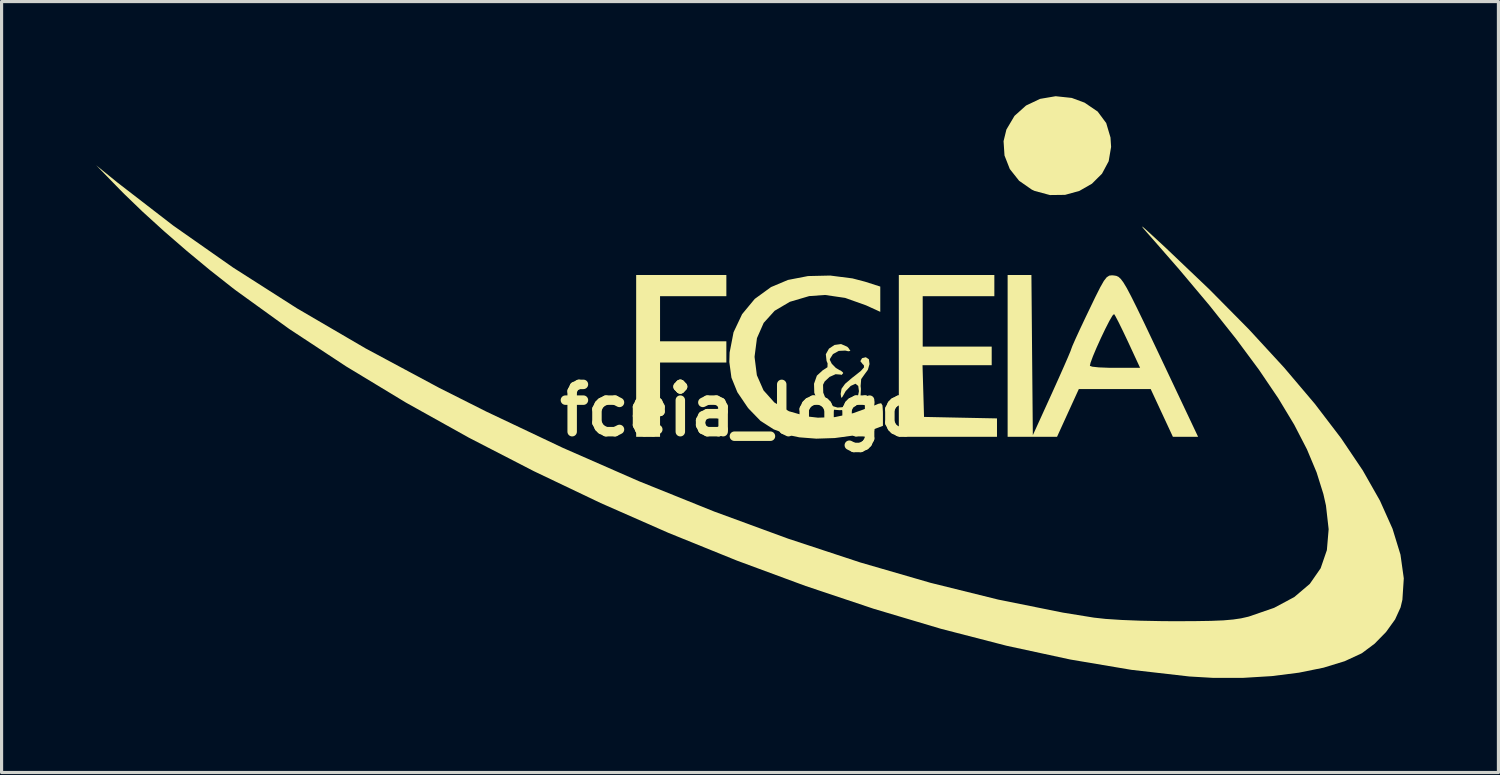
<source format=kicad_pcb>
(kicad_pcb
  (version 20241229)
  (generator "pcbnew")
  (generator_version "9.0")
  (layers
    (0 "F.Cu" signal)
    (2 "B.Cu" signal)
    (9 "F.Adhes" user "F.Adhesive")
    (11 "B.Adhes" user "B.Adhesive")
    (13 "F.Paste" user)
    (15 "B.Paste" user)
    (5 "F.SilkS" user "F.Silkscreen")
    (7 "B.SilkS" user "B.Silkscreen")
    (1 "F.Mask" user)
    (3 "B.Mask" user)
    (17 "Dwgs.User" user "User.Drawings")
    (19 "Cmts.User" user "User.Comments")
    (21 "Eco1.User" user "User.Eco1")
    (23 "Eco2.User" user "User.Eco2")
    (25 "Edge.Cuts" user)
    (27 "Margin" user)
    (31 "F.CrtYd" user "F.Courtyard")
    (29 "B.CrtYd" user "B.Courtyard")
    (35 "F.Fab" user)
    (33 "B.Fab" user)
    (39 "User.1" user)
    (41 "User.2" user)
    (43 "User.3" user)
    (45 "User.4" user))
  (footprint "fceia_logo"
    (layer "F.Cu")
    (at 20.48 9.956)
    (property "Reference" "fceia_logo" (at 0 0 0) (layer "F.SilkS") (effects (font (size 1.5 1.5) (thickness 0.3))))
    (attr board_only exclude_from_pos_files exclude_from_bom)
    (fp_poly (pts (xy -0.505 -3.953) (xy -0.505 -3.617) (xy -1.556 -3.617) (xy -2.607 -3.617) (xy -2.607 -2.902) (xy -2.607 -2.187) (xy -1.556 -2.187) (xy -0.505 -2.187) (xy -0.505 -1.85) (xy -0.505 -1.514) (xy -1.556 -1.514) (xy -2.607 -1.514) (xy -2.607 -0.336) (xy -2.607 0.841) (xy -2.986 0.841) (xy -3.364 0.841) (xy -3.364 -1.724) (xy -3.364 -4.289) (xy -1.934 -4.289) (xy -0.505 -4.289)) (stroke (width 0) (type solid)) (fill yes) (layer "F.SilkS"))
    (fp_poly (pts (xy 10.444 -9.902) (xy 10.85 -9.752) (xy 11.265 -9.47) (xy 11.536 -9.105) (xy 11.672 -8.647) (xy 11.691 -8.349) (xy 11.614 -7.895) (xy 11.403 -7.501) (xy 11.084 -7.183) (xy 10.685 -6.954) (xy 10.232 -6.829) (xy 9.752 -6.823) (xy 9.273 -6.951) (xy 9.179 -6.994) (xy 8.774 -7.276) (xy 8.48 -7.648) (xy 8.312 -8.077) (xy 8.282 -8.531) (xy 8.372 -8.899) (xy 8.629 -9.333) (xy 8.995 -9.661) (xy 9.44 -9.872) (xy 9.933 -9.956)) (stroke (width 0) (type solid)) (fill yes) (layer "F.SilkS"))
    (fp_poly (pts (xy 7.99 -3.953) (xy 7.99 -3.617) (xy 6.855 -3.617) (xy 5.719 -3.617) (xy 5.719 -2.818) (xy 5.719 -2.019) (xy 6.813 -2.019) (xy 7.906 -2.019) (xy 7.906 -1.724) (xy 7.906 -1.43) (xy 6.81 -1.43) (xy 5.713 -1.43) (xy 5.737 -0.61) (xy 5.761 0.21) (xy 6.918 0.234) (xy 8.074 0.257) (xy 8.074 0.549) (xy 8.074 0.841) (xy 6.518 0.841) (xy 4.962 0.841) (xy 4.962 -1.724) (xy 4.962 -4.289) (xy 6.476 -4.289) (xy 7.99 -4.289)) (stroke (width 0) (type solid)) (fill yes) (layer "F.SilkS"))
    (fp_poly (pts (xy 3.492 -4.181) (xy 3.89 -4.077) (xy 4.374 -3.922) (xy 4.374 -3.522) (xy 4.374 -3.121) (xy 3.923 -3.327) (xy 3.26 -3.563) (xy 2.623 -3.656) (xy 2.121 -3.62) (xy 1.508 -3.439) (xy 1.026 -3.155) (xy 0.678 -2.771) (xy 0.465 -2.287) (xy 0.39 -1.708) (xy 0.39 -1.682) (xy 0.462 -1.112) (xy 0.673 -0.632) (xy 1.015 -0.249) (xy 1.479 0.03) (xy 2.058 0.195) (xy 2.397 0.234) (xy 2.934 0.216) (xy 3.517 0.091) (xy 4.176 -0.148) (xy 4.31 -0.205) (xy 4.401 -0.224) (xy 4.444 -0.152) (xy 4.457 0.046) (xy 4.458 0.111) (xy 4.458 0.493) (xy 3.974 0.674) (xy 3.494 0.804) (xy 2.929 0.88) (xy 2.345 0.899) (xy 1.807 0.857) (xy 1.521 0.797) (xy 0.997 0.605) (xy 0.579 0.337) (xy 0.207 -0.046) (xy 0.169 -0.093) (xy -0.156 -0.573) (xy -0.344 -1.035) (xy -0.411 -1.53) (xy -0.402 -1.829) (xy -0.277 -2.474) (xy -0.006 -3.047) (xy 0.395 -3.531) (xy 0.911 -3.906) (xy 1.447 -4.132) (xy 2.084 -4.255) (xy 2.787 -4.271)) (stroke (width 0) (type solid)) (fill yes) (layer "F.SilkS"))
    (fp_poly (pts (xy 9.187 -1.75) (xy 9.21 0.79) (xy 9.82 -0.551) (xy 10.018 -0.99) (xy 10.189 -1.375) (xy 10.204 -1.409) (xy 11.018 -1.409) (xy 11.096 -1.382) (xy 11.305 -1.36) (xy 11.61 -1.348) (xy 11.814 -1.346) (xy 12.61 -1.346) (xy 12.23 -2.166) (xy 12.068 -2.508) (xy 11.928 -2.793) (xy 11.826 -2.987) (xy 11.785 -3.051) (xy 11.734 -3.001) (xy 11.636 -2.833) (xy 11.508 -2.583) (xy 11.367 -2.288) (xy 11.23 -1.985) (xy 11.115 -1.712) (xy 11.039 -1.504) (xy 11.018 -1.409) (xy 10.204 -1.409) (xy 10.322 -1.68) (xy 10.406 -1.88) (xy 10.43 -1.949) (xy 10.464 -2.04) (xy 10.559 -2.256) (xy 10.702 -2.567) (xy 10.881 -2.946) (xy 10.98 -3.152) (xy 11.191 -3.591) (xy 11.347 -3.9) (xy 11.462 -4.102) (xy 11.552 -4.217) (xy 11.633 -4.269) (xy 11.721 -4.279) (xy 11.786 -4.273) (xy 11.858 -4.261) (xy 11.925 -4.23) (xy 11.997 -4.165) (xy 12.082 -4.051) (xy 12.19 -3.871) (xy 12.327 -3.611) (xy 12.504 -3.256) (xy 12.73 -2.79) (xy 13.011 -2.198) (xy 13.246 -1.703) (xy 14.449 0.841) (xy 14.049 0.841) (xy 13.65 0.841) (xy 13.298 0.084) (xy 12.946 -0.673) (xy 11.807 -0.673) (xy 10.668 -0.673) (xy 10.322 0.084) (xy 9.977 0.841) (xy 9.194 0.841) (xy 8.411 0.841) (xy 8.411 -1.724) (xy 8.411 -4.289) (xy 8.788 -4.289) (xy 9.165 -4.289)) (stroke (width 0) (type solid)) (fill yes) (layer "F.SilkS"))
    (fp_poly (pts (xy 3.326 -2.015) (xy 3.369 -1.971) (xy 3.427 -1.882) (xy 3.361 -1.871) (xy 3.265 -1.893) (xy 3.059 -1.883) (xy 2.874 -1.781) (xy 2.778 -1.628) (xy 2.775 -1.598) (xy 2.836 -1.476) (xy 2.968 -1.341) (xy 3.1 -1.264) (xy 3.118 -1.262) (xy 3.193 -1.197) (xy 3.196 -1.173) (xy 3.146 -1.12) (xy 3.119 -1.131) (xy 2.959 -1.144) (xy 2.768 -1.059) (xy 2.611 -0.913) (xy 2.56 -0.81) (xy 2.566 -0.56) (xy 2.669 -0.303) (xy 2.809 -0.148) (xy 3.021 -0.087) (xy 3.284 -0.105) (xy 3.509 -0.193) (xy 3.561 -0.238) (xy 3.659 -0.41) (xy 3.698 -0.607) (xy 3.676 -0.771) (xy 3.59 -0.841) (xy 3.588 -0.841) (xy 3.437 -0.773) (xy 3.278 -0.609) (xy 3.172 -0.421) (xy 3.137 -0.395) (xy 3.119 -0.517) (xy 3.119 -0.524) (xy 3.146 -0.683) (xy 3.259 -0.84) (xy 3.486 -1.033) (xy 3.532 -1.067) (xy 3.759 -1.248) (xy 3.86 -1.362) (xy 3.852 -1.433) (xy 3.825 -1.453) (xy 3.742 -1.557) (xy 3.796 -1.652) (xy 3.916 -1.682) (xy 4.013 -1.618) (xy 4.033 -1.465) (xy 3.98 -1.282) (xy 3.878 -1.143) (xy 3.769 -0.989) (xy 3.751 -0.77) (xy 3.761 -0.677) (xy 3.743 -0.356) (xy 3.591 -0.135) (xy 3.31 -0.019) (xy 3.091 -0.003) (xy 2.83 -0.024) (xy 2.623 -0.074) (xy 2.586 -0.091) (xy 2.386 -0.287) (xy 2.282 -0.555) (xy 2.274 -0.842) (xy 2.364 -1.098) (xy 2.553 -1.271) (xy 2.562 -1.275) (xy 2.7 -1.365) (xy 2.704 -1.487) (xy 2.671 -1.566) (xy 2.648 -1.777) (xy 2.747 -1.954) (xy 2.923 -2.071) (xy 3.131 -2.1)) (stroke (width 0) (type solid)) (fill yes) (layer "F.SilkS"))
    (fp_poly (pts (xy -19.807 -7.22) (xy -18.04 -5.856) (xy -16.146 -4.528) (xy -14.114 -3.231) (xy -11.937 -1.96) (xy -9.606 -0.71) (xy -8.116 0.04) (xy -5.689 1.19) (xy -3.276 2.248) (xy -0.891 3.209) (xy 1.453 4.069) (xy 3.743 4.824) (xy 5.967 5.469) (xy 8.111 6) (xy 10.162 6.413) (xy 11.144 6.572) (xy 11.516 6.613) (xy 12.022 6.646) (xy 12.626 6.67) (xy 13.295 6.683) (xy 13.709 6.686) (xy 14.354 6.683) (xy 14.859 6.675) (xy 15.251 6.659) (xy 15.559 6.632) (xy 15.811 6.595) (xy 16.035 6.544) (xy 16.064 6.536) (xy 16.858 6.262) (xy 17.499 5.919) (xy 17.99 5.502) (xy 18.333 5.008) (xy 18.531 4.432) (xy 18.587 3.77) (xy 18.502 3.019) (xy 18.42 2.654) (xy 18.205 1.967) (xy 17.899 1.237) (xy 17.496 0.457) (xy 16.991 -0.38) (xy 16.379 -1.284) (xy 15.654 -2.262) (xy 14.812 -3.321) (xy 13.846 -4.47) (xy 13.037 -5.397) (xy 12.831 -5.63) (xy 12.705 -5.776) (xy 12.668 -5.83) (xy 12.727 -5.788) (xy 12.889 -5.643) (xy 13.161 -5.392) (xy 13.415 -5.157) (xy 14.807 -3.832) (xy 16.061 -2.564) (xy 17.175 -1.354) (xy 18.149 -0.205) (xy 18.98 0.883) (xy 19.669 1.906) (xy 20.213 2.864) (xy 20.612 3.755) (xy 20.864 4.576) (xy 20.969 5.327) (xy 20.925 6.005) (xy 20.867 6.249) (xy 20.693 6.63) (xy 20.406 7.029) (xy 20.044 7.399) (xy 19.649 7.694) (xy 19.626 7.708) (xy 19.094 7.954) (xy 18.425 8.159) (xy 17.646 8.317) (xy 16.786 8.426) (xy 15.869 8.482) (xy 14.925 8.482) (xy 14.172 8.438) (xy 12.333 8.227) (xy 10.397 7.9) (xy 8.379 7.464) (xy 6.296 6.926) (xy 4.166 6.292) (xy 2.006 5.569) (xy -0.169 4.765) (xy -2.34 3.886) (xy -4.492 2.939) (xy -6.607 1.93) (xy -8.669 0.867) (xy -10.66 -0.243) (xy -12.564 -1.395) (xy -14.364 -2.58) (xy -16.043 -3.792) (xy -16.16 -3.881) (xy -16.874 -4.443) (xy -17.611 -5.054) (xy -18.334 -5.681) (xy -19.004 -6.29) (xy -19.583 -6.848) (xy -19.723 -6.989) (xy -20.48 -7.766)) (stroke (width 0) (type solid)) (fill yes) (layer "F.SilkS")))
  (gr_rect
    (start -3 -3)
    (end 44.449 21.438)
    (stroke (width 0.1) (type default))
    (fill no)
    (layer "Edge.Cuts")))
</source>
